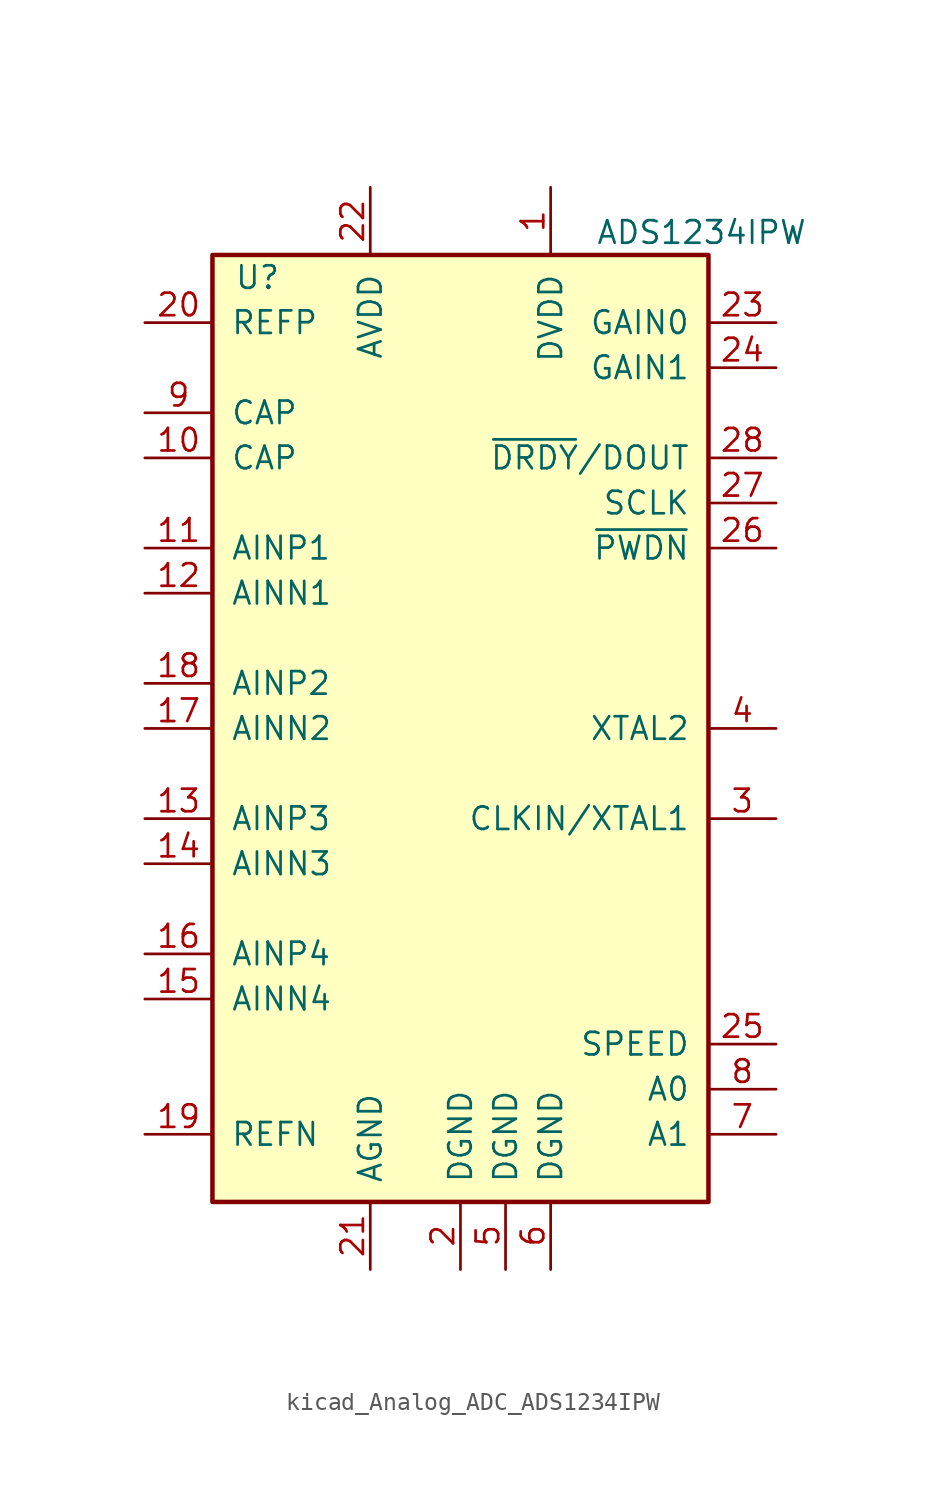
<source format=kicad_sym>
(kicad_symbol_lib
  (version 20220914)
  (generator kicad_symbol_editor)
  (symbol "kicad_Analog_ADC_ADS1234IPW"
    (pin_names
      (offset 1.016))
    (property "Reference" "U"
      (at -11.43 25.4 0)
      (effects (font (size 1.27 1.27))))
    (property "Value" "ADS1234IPW"
      (at 7.62 27.94 0)
      (effects (font (size 1.27 1.27)) (justify left)))
    (symbol "kicad_Analog_ADC_ADS1234IPW_0_1"
      (rectangle (start -13.97 26.67) (end 13.97 -26.67) (stroke (width 0.254) (type default)) (fill (type background))))
    (symbol "kicad_Analog_ADC_ADS1234IPW_1_1"
      (pin power_in line (at 5.08 30.48 270) (length 3.81) (name "DVDD" (effects (font (size 1.27 1.27)))) (number "1" (effects (font (size 1.27 1.27)))))
      (pin passive line (at -17.78 15.24 0) (length 3.81) (name "CAP" (effects (font (size 1.27 1.27)))) (number "10" (effects (font (size 1.27 1.27)))))
      (pin input line (at -17.78 10.16 0) (length 3.81) (name "AINP1" (effects (font (size 1.27 1.27)))) (number "11" (effects (font (size 1.27 1.27)))))
      (pin input line (at -17.78 7.62 0) (length 3.81) (name "AINN1" (effects (font (size 1.27 1.27)))) (number "12" (effects (font (size 1.27 1.27)))))
      (pin input line (at -17.78 -5.08 0) (length 3.81) (name "AINP3" (effects (font (size 1.27 1.27)))) (number "13" (effects (font (size 1.27 1.27)))))
      (pin input line (at -17.78 -7.62 0) (length 3.81) (name "AINN3" (effects (font (size 1.27 1.27)))) (number "14" (effects (font (size 1.27 1.27)))))
      (pin input line (at -17.78 -15.24 0) (length 3.81) (name "AINN4" (effects (font (size 1.27 1.27)))) (number "15" (effects (font (size 1.27 1.27)))))
      (pin input line (at -17.78 -12.7 0) (length 3.81) (name "AINP4" (effects (font (size 1.27 1.27)))) (number "16" (effects (font (size 1.27 1.27)))))
      (pin input line (at -17.78 0 0) (length 3.81) (name "AINN2" (effects (font (size 1.27 1.27)))) (number "17" (effects (font (size 1.27 1.27)))))
      (pin input line (at -17.78 2.54 0) (length 3.81) (name "AINP2" (effects (font (size 1.27 1.27)))) (number "18" (effects (font (size 1.27 1.27)))))
      (pin input line (at -17.78 -22.86 0) (length 3.81) (name "REFN" (effects (font (size 1.27 1.27)))) (number "19" (effects (font (size 1.27 1.27)))))
      (pin power_in line (at 0 -30.48 90) (length 3.81) (name "DGND" (effects (font (size 1.27 1.27)))) (number "2" (effects (font (size 1.27 1.27)))))
      (pin input line (at -17.78 22.86 0) (length 3.81) (name "REFP" (effects (font (size 1.27 1.27)))) (number "20" (effects (font (size 1.27 1.27)))))
      (pin power_in line (at -5.08 -30.48 90) (length 3.81) (name "AGND" (effects (font (size 1.27 1.27)))) (number "21" (effects (font (size 1.27 1.27)))))
      (pin power_in line (at -5.08 30.48 270) (length 3.81) (name "AVDD" (effects (font (size 1.27 1.27)))) (number "22" (effects (font (size 1.27 1.27)))))
      (pin input line (at 17.78 22.86 180) (length 3.81) (name "GAIN0" (effects (font (size 1.27 1.27)))) (number "23" (effects (font (size 1.27 1.27)))))
      (pin input line (at 17.78 20.32 180) (length 3.81) (name "GAIN1" (effects (font (size 1.27 1.27)))) (number "24" (effects (font (size 1.27 1.27)))))
      (pin input line (at 17.78 -17.78 180) (length 3.81) (name "SPEED" (effects (font (size 1.27 1.27)))) (number "25" (effects (font (size 1.27 1.27)))))
      (pin input line (at 17.78 10.16 180) (length 3.81) (name "~{PWDN}" (effects (font (size 1.27 1.27)))) (number "26" (effects (font (size 1.27 1.27)))))
      (pin input line (at 17.78 12.7 180) (length 3.81) (name "SCLK" (effects (font (size 1.27 1.27)))) (number "27" (effects (font (size 1.27 1.27)))))
      (pin output line (at 17.78 15.24 180) (length 3.81) (name "~{DRDY}/DOUT" (effects (font (size 1.27 1.27)))) (number "28" (effects (font (size 1.27 1.27)))))
      (pin bidirectional line (at 17.78 -5.08 180) (length 3.81) (name "CLKIN/XTAL1" (effects (font (size 1.27 1.27)))) (number "3" (effects (font (size 1.27 1.27)))))
      (pin bidirectional line (at 17.78 0 180) (length 3.81) (name "XTAL2" (effects (font (size 1.27 1.27)))) (number "4" (effects (font (size 1.27 1.27)))))
      (pin power_in line (at 2.54 -30.48 90) (length 3.81) (name "DGND" (effects (font (size 1.27 1.27)))) (number "5" (effects (font (size 1.27 1.27)))))
      (pin power_in line (at 5.08 -30.48 90) (length 3.81) (name "DGND" (effects (font (size 1.27 1.27)))) (number "6" (effects (font (size 1.27 1.27)))))
      (pin input line (at 17.78 -22.86 180) (length 3.81) (name "A1" (effects (font (size 1.27 1.27)))) (number "7" (effects (font (size 1.27 1.27)))))
      (pin input line (at 17.78 -20.32 180) (length 3.81) (name "A0" (effects (font (size 1.27 1.27)))) (number "8" (effects (font (size 1.27 1.27)))))
      (pin passive line (at -17.78 17.78 0) (length 3.81) (name "CAP" (effects (font (size 1.27 1.27)))) (number "9" (effects (font (size 1.27 1.27))))))))
</source>
